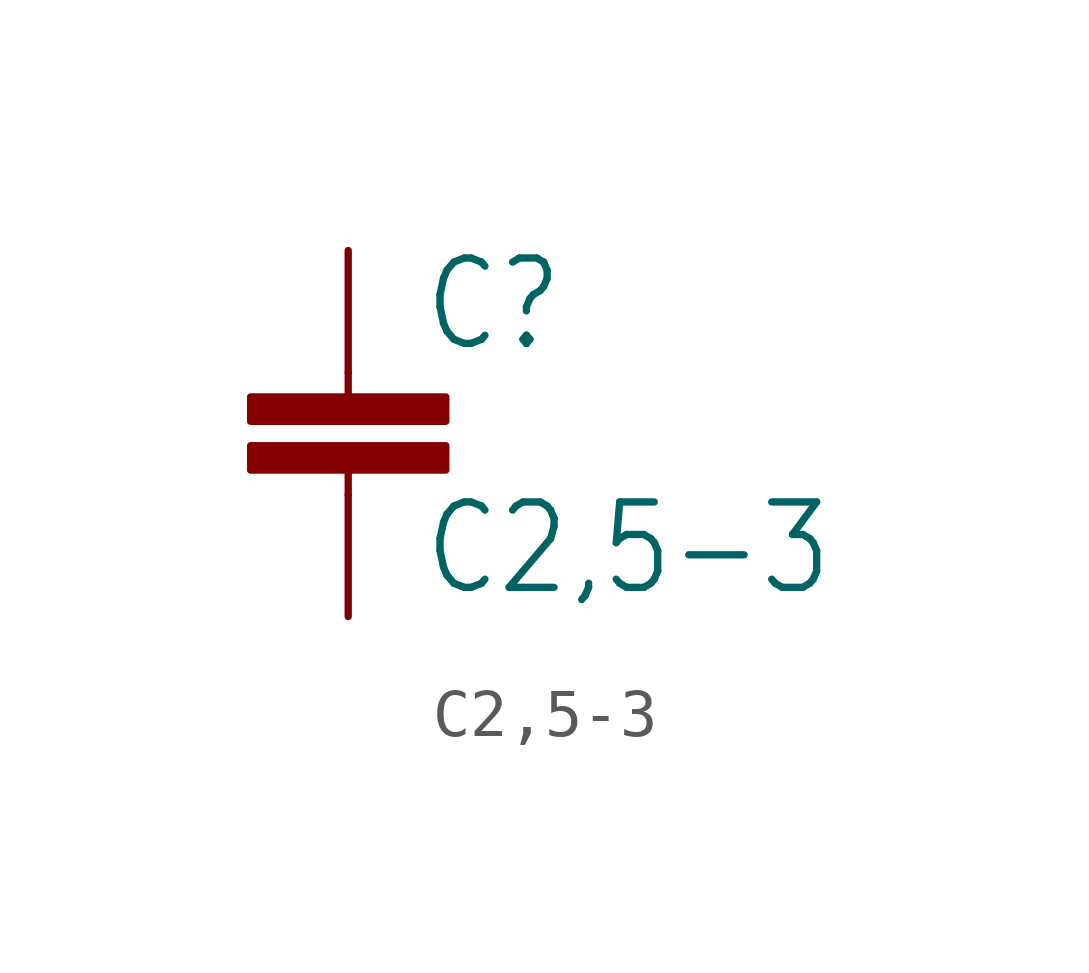
<source format=kicad_sym>
(kicad_symbol_lib
  (version 20220331)
  (generator kicad_symbol_editor)
  (symbol "C2,5-3"
    (property "Reference" "C"
      (at 1.524 0.381 0)
      (effects (font (size 1.778 1.511)) (justify left bottom)))
    (property "Value" "C2,5-3"
      (at 1.524 -4.699 0)
      (effects (font (size 1.778 1.511)) (justify left bottom)))
    (property "ki_locked" ""
      (at 0 0 0)
      (effects (font (size 1.27 1.27))))
    (symbol "C2,5-3_1_0"
      (rectangle (start -2.032 -2.032) (end 2.032 -1.524) (stroke (width 0) (type default)) (fill (type outline)))
      (rectangle (start -2.032 -1.016) (end 2.032 -0.508) (stroke (width 0) (type default)) (fill (type outline)))
      (polyline (pts (xy 0 -2.54) (xy 0 -2.032)) (stroke (width 0.152) (type solid)) (fill (type none)))
      (polyline (pts (xy 0 0) (xy 0 -0.508)) (stroke (width 0.152) (type solid)) (fill (type none)))
      (pin passive line (at 0 2.54 270) (length 2.54) (name "1" (effects (font (size 0 0)))) (number "1" (effects (font (size 0 0)))))
      (pin passive line (at 0 -5.08 90) (length 2.54) (name "2" (effects (font (size 0 0)))) (number "2" (effects (font (size 0 0))))))))
</source>
